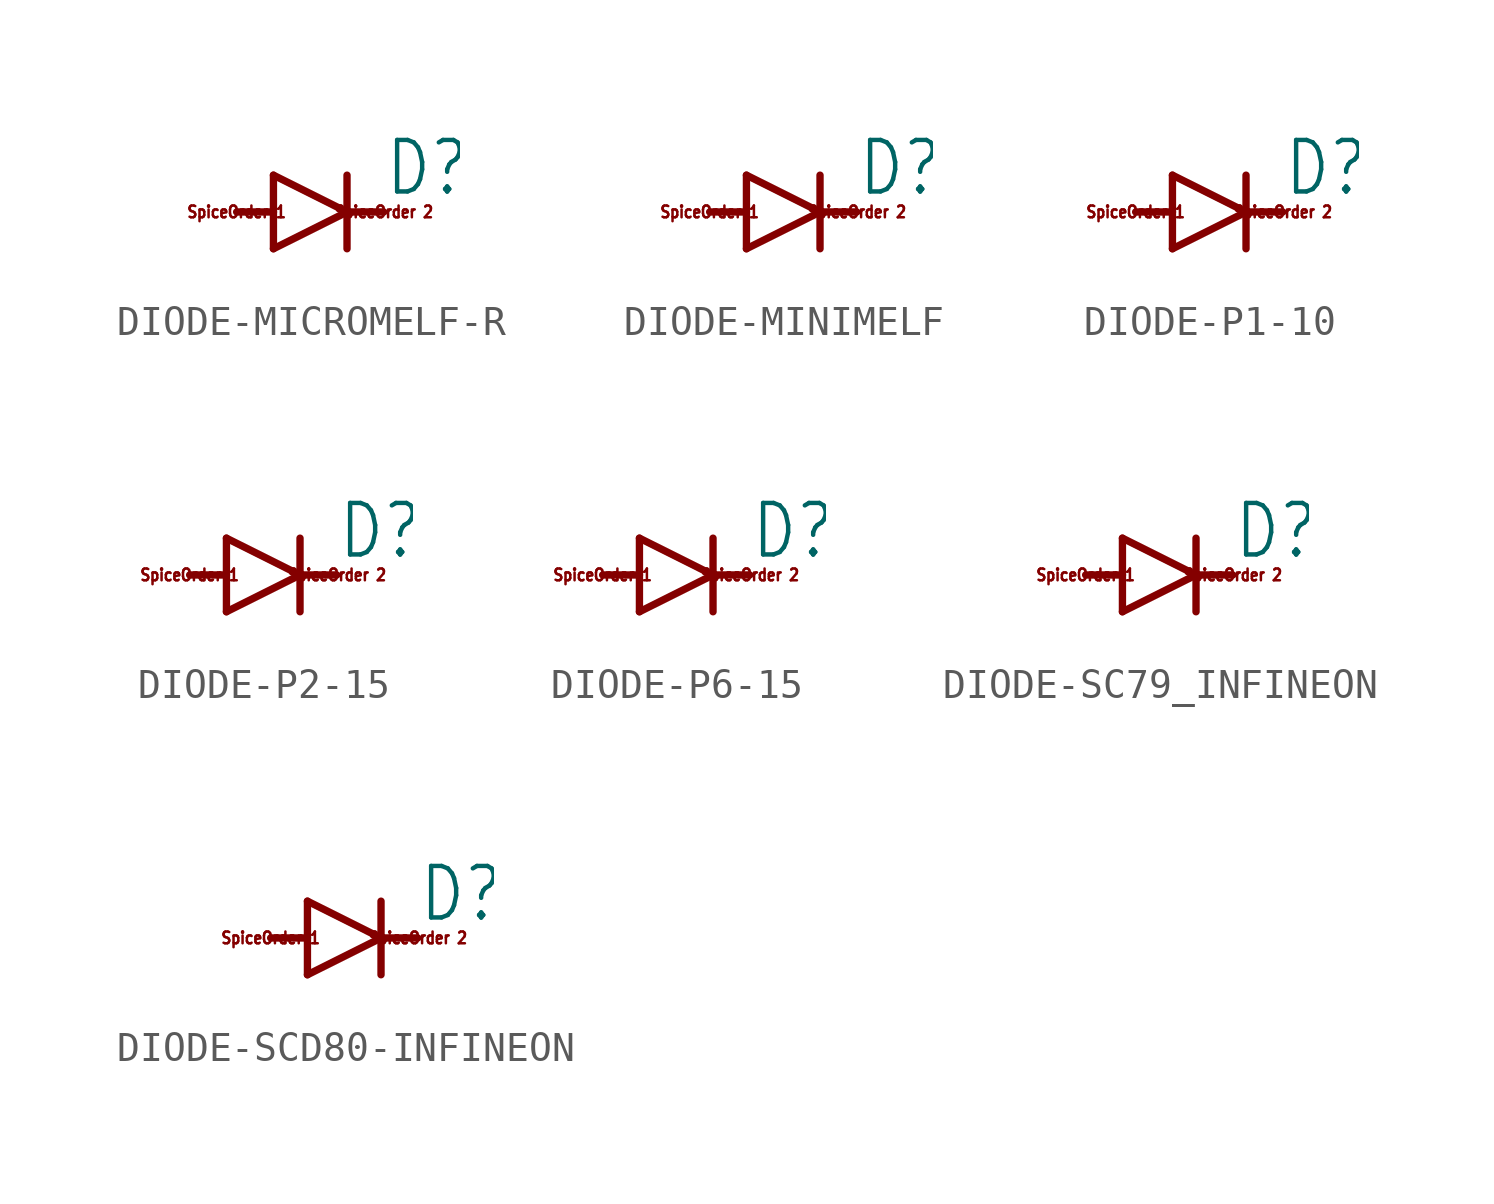
<source format=kicad_sym>
(kicad_symbol_lib
  (version 20220914)
  (generator kicad_symbol_editor)
  (symbol "DIODE-MICROMELF-R"
    (property "Reference" "D"
      (at 2.54 0.483 0)
      (effects (font (size 1.778 1.511)) (justify left bottom)))
    (property "Value" ""
      (at 2.54 -2.311 0)
      (effects (font (size 1.778 1.511)) (justify left bottom)))
    (property "ki_locked" ""
      (at 0 0 0)
      (effects (font (size 1.27 1.27))))
    (symbol "DIODE-MICROMELF-R_1_0"
      (polyline (pts (xy -1.27 -1.27) (xy 1.27 0)) (stroke (width 0.254) (type solid)) (fill (type none)))
      (polyline (pts (xy -1.27 0) (xy -2.54 0)) (stroke (width 0.254) (type solid)) (fill (type none)))
      (polyline (pts (xy -1.27 0) (xy -1.27 -1.27)) (stroke (width 0.254) (type solid)) (fill (type none)))
      (polyline (pts (xy -1.27 1.27) (xy -1.27 0)) (stroke (width 0.254) (type solid)) (fill (type none)))
      (polyline (pts (xy 1.27 0) (xy -1.27 1.27)) (stroke (width 0.254) (type solid)) (fill (type none)))
      (polyline (pts (xy 1.27 0) (xy 1.27 -1.27)) (stroke (width 0.254) (type solid)) (fill (type none)))
      (polyline (pts (xy 1.27 1.27) (xy 1.27 0)) (stroke (width 0.254) (type solid)) (fill (type none)))
      (polyline (pts (xy 2.54 0) (xy 1.27 0)) (stroke (width 0.254) (type solid)) (fill (type none)))
      (text "SpiceOrder 1" (at -2.54 0 0) (effects (font (size 0.406 0.345))))
      (text "SpiceOrder 2" (at 2.54 0 0) (effects (font (size 0.406 0.345))))
      (pin passive line (at -2.54 0 0) (length 0) (name "A" (effects (font (size 0 0)))) (number "A" (effects (font (size 0 0)))))
      (pin passive line (at 2.54 0 180) (length 0) (name "C" (effects (font (size 0 0)))) (number "C" (effects (font (size 0 0)))))))
  (symbol "DIODE-MINIMELF"
    (property "Reference" "D"
      (at 2.54 0.483 0)
      (effects (font (size 1.778 1.511)) (justify left bottom)))
    (property "Value" ""
      (at 2.54 -2.311 0)
      (effects (font (size 1.778 1.511)) (justify left bottom)))
    (property "ki_locked" ""
      (at 0 0 0)
      (effects (font (size 1.27 1.27))))
    (symbol "DIODE-MINIMELF_1_0"
      (polyline (pts (xy -1.27 -1.27) (xy 1.27 0)) (stroke (width 0.254) (type solid)) (fill (type none)))
      (polyline (pts (xy -1.27 0) (xy -2.54 0)) (stroke (width 0.254) (type solid)) (fill (type none)))
      (polyline (pts (xy -1.27 0) (xy -1.27 -1.27)) (stroke (width 0.254) (type solid)) (fill (type none)))
      (polyline (pts (xy -1.27 1.27) (xy -1.27 0)) (stroke (width 0.254) (type solid)) (fill (type none)))
      (polyline (pts (xy 1.27 0) (xy -1.27 1.27)) (stroke (width 0.254) (type solid)) (fill (type none)))
      (polyline (pts (xy 1.27 0) (xy 1.27 -1.27)) (stroke (width 0.254) (type solid)) (fill (type none)))
      (polyline (pts (xy 1.27 1.27) (xy 1.27 0)) (stroke (width 0.254) (type solid)) (fill (type none)))
      (polyline (pts (xy 2.54 0) (xy 1.27 0)) (stroke (width 0.254) (type solid)) (fill (type none)))
      (text "SpiceOrder 1" (at -2.54 0 0) (effects (font (size 0.406 0.345))))
      (text "SpiceOrder 2" (at 2.54 0 0) (effects (font (size 0.406 0.345))))
      (pin passive line (at -2.54 0 0) (length 0) (name "A" (effects (font (size 0 0)))) (number "A" (effects (font (size 0 0)))))
      (pin passive line (at 2.54 0 180) (length 0) (name "C" (effects (font (size 0 0)))) (number "C" (effects (font (size 0 0)))))))
  (symbol "DIODE-P1-10"
    (property "Reference" "D"
      (at 2.54 0.483 0)
      (effects (font (size 1.778 1.511)) (justify left bottom)))
    (property "Value" ""
      (at 2.54 -2.311 0)
      (effects (font (size 1.778 1.511)) (justify left bottom)))
    (property "ki_locked" ""
      (at 0 0 0)
      (effects (font (size 1.27 1.27))))
    (symbol "DIODE-P1-10_1_0"
      (polyline (pts (xy -1.27 -1.27) (xy 1.27 0)) (stroke (width 0.254) (type solid)) (fill (type none)))
      (polyline (pts (xy -1.27 0) (xy -2.54 0)) (stroke (width 0.254) (type solid)) (fill (type none)))
      (polyline (pts (xy -1.27 0) (xy -1.27 -1.27)) (stroke (width 0.254) (type solid)) (fill (type none)))
      (polyline (pts (xy -1.27 1.27) (xy -1.27 0)) (stroke (width 0.254) (type solid)) (fill (type none)))
      (polyline (pts (xy 1.27 0) (xy -1.27 1.27)) (stroke (width 0.254) (type solid)) (fill (type none)))
      (polyline (pts (xy 1.27 0) (xy 1.27 -1.27)) (stroke (width 0.254) (type solid)) (fill (type none)))
      (polyline (pts (xy 1.27 1.27) (xy 1.27 0)) (stroke (width 0.254) (type solid)) (fill (type none)))
      (polyline (pts (xy 2.54 0) (xy 1.27 0)) (stroke (width 0.254) (type solid)) (fill (type none)))
      (text "SpiceOrder 1" (at -2.54 0 0) (effects (font (size 0.406 0.345))))
      (text "SpiceOrder 2" (at 2.54 0 0) (effects (font (size 0.406 0.345))))
      (pin passive line (at -2.54 0 0) (length 0) (name "A" (effects (font (size 0 0)))) (number "A" (effects (font (size 0 0)))))
      (pin passive line (at 2.54 0 180) (length 0) (name "C" (effects (font (size 0 0)))) (number "C" (effects (font (size 0 0)))))))
  (symbol "DIODE-P2-15"
    (property "Reference" "D"
      (at 2.54 0.483 0)
      (effects (font (size 1.778 1.511)) (justify left bottom)))
    (property "Value" ""
      (at 2.54 -2.311 0)
      (effects (font (size 1.778 1.511)) (justify left bottom)))
    (property "ki_locked" ""
      (at 0 0 0)
      (effects (font (size 1.27 1.27))))
    (symbol "DIODE-P2-15_1_0"
      (polyline (pts (xy -1.27 -1.27) (xy 1.27 0)) (stroke (width 0.254) (type solid)) (fill (type none)))
      (polyline (pts (xy -1.27 0) (xy -2.54 0)) (stroke (width 0.254) (type solid)) (fill (type none)))
      (polyline (pts (xy -1.27 0) (xy -1.27 -1.27)) (stroke (width 0.254) (type solid)) (fill (type none)))
      (polyline (pts (xy -1.27 1.27) (xy -1.27 0)) (stroke (width 0.254) (type solid)) (fill (type none)))
      (polyline (pts (xy 1.27 0) (xy -1.27 1.27)) (stroke (width 0.254) (type solid)) (fill (type none)))
      (polyline (pts (xy 1.27 0) (xy 1.27 -1.27)) (stroke (width 0.254) (type solid)) (fill (type none)))
      (polyline (pts (xy 1.27 1.27) (xy 1.27 0)) (stroke (width 0.254) (type solid)) (fill (type none)))
      (polyline (pts (xy 2.54 0) (xy 1.27 0)) (stroke (width 0.254) (type solid)) (fill (type none)))
      (text "SpiceOrder 1" (at -2.54 0 0) (effects (font (size 0.406 0.345))))
      (text "SpiceOrder 2" (at 2.54 0 0) (effects (font (size 0.406 0.345))))
      (pin passive line (at -2.54 0 0) (length 0) (name "A" (effects (font (size 0 0)))) (number "A" (effects (font (size 0 0)))))
      (pin passive line (at 2.54 0 180) (length 0) (name "C" (effects (font (size 0 0)))) (number "C" (effects (font (size 0 0)))))))
  (symbol "DIODE-P6-15"
    (property "Reference" "D"
      (at 2.54 0.483 0)
      (effects (font (size 1.778 1.511)) (justify left bottom)))
    (property "Value" ""
      (at 2.54 -2.311 0)
      (effects (font (size 1.778 1.511)) (justify left bottom)))
    (property "ki_locked" ""
      (at 0 0 0)
      (effects (font (size 1.27 1.27))))
    (symbol "DIODE-P6-15_1_0"
      (polyline (pts (xy -1.27 -1.27) (xy 1.27 0)) (stroke (width 0.254) (type solid)) (fill (type none)))
      (polyline (pts (xy -1.27 0) (xy -2.54 0)) (stroke (width 0.254) (type solid)) (fill (type none)))
      (polyline (pts (xy -1.27 0) (xy -1.27 -1.27)) (stroke (width 0.254) (type solid)) (fill (type none)))
      (polyline (pts (xy -1.27 1.27) (xy -1.27 0)) (stroke (width 0.254) (type solid)) (fill (type none)))
      (polyline (pts (xy 1.27 0) (xy -1.27 1.27)) (stroke (width 0.254) (type solid)) (fill (type none)))
      (polyline (pts (xy 1.27 0) (xy 1.27 -1.27)) (stroke (width 0.254) (type solid)) (fill (type none)))
      (polyline (pts (xy 1.27 1.27) (xy 1.27 0)) (stroke (width 0.254) (type solid)) (fill (type none)))
      (polyline (pts (xy 2.54 0) (xy 1.27 0)) (stroke (width 0.254) (type solid)) (fill (type none)))
      (text "SpiceOrder 1" (at -2.54 0 0) (effects (font (size 0.406 0.345))))
      (text "SpiceOrder 2" (at 2.54 0 0) (effects (font (size 0.406 0.345))))
      (pin passive line (at -2.54 0 0) (length 0) (name "A" (effects (font (size 0 0)))) (number "A" (effects (font (size 0 0)))))
      (pin passive line (at 2.54 0 180) (length 0) (name "C" (effects (font (size 0 0)))) (number "C" (effects (font (size 0 0)))))))
  (symbol "DIODE-SC79_INFINEON"
    (property "Reference" "D"
      (at 2.54 0.483 0)
      (effects (font (size 1.778 1.511)) (justify left bottom)))
    (property "Value" ""
      (at 2.54 -2.311 0)
      (effects (font (size 1.778 1.511)) (justify left bottom)))
    (property "ki_locked" ""
      (at 0 0 0)
      (effects (font (size 1.27 1.27))))
    (symbol "DIODE-SC79_INFINEON_1_0"
      (polyline (pts (xy -1.27 -1.27) (xy 1.27 0)) (stroke (width 0.254) (type solid)) (fill (type none)))
      (polyline (pts (xy -1.27 0) (xy -2.54 0)) (stroke (width 0.254) (type solid)) (fill (type none)))
      (polyline (pts (xy -1.27 0) (xy -1.27 -1.27)) (stroke (width 0.254) (type solid)) (fill (type none)))
      (polyline (pts (xy -1.27 1.27) (xy -1.27 0)) (stroke (width 0.254) (type solid)) (fill (type none)))
      (polyline (pts (xy 1.27 0) (xy -1.27 1.27)) (stroke (width 0.254) (type solid)) (fill (type none)))
      (polyline (pts (xy 1.27 0) (xy 1.27 -1.27)) (stroke (width 0.254) (type solid)) (fill (type none)))
      (polyline (pts (xy 1.27 1.27) (xy 1.27 0)) (stroke (width 0.254) (type solid)) (fill (type none)))
      (polyline (pts (xy 2.54 0) (xy 1.27 0)) (stroke (width 0.254) (type solid)) (fill (type none)))
      (text "SpiceOrder 1" (at -2.54 0 0) (effects (font (size 0.406 0.345))))
      (text "SpiceOrder 2" (at 2.54 0 0) (effects (font (size 0.406 0.345))))
      (pin passive line (at -2.54 0 0) (length 0) (name "A" (effects (font (size 0 0)))) (number "A" (effects (font (size 0 0)))))
      (pin passive line (at 2.54 0 180) (length 0) (name "C" (effects (font (size 0 0)))) (number "C" (effects (font (size 0 0)))))))
  (symbol "DIODE-SCD80-INFINEON"
    (property "Reference" "D"
      (at 2.54 0.483 0)
      (effects (font (size 1.778 1.511)) (justify left bottom)))
    (property "Value" ""
      (at 2.54 -2.311 0)
      (effects (font (size 1.778 1.511)) (justify left bottom)))
    (property "ki_locked" ""
      (at 0 0 0)
      (effects (font (size 1.27 1.27))))
    (symbol "DIODE-SCD80-INFINEON_1_0"
      (polyline (pts (xy -1.27 -1.27) (xy 1.27 0)) (stroke (width 0.254) (type solid)) (fill (type none)))
      (polyline (pts (xy -1.27 0) (xy -2.54 0)) (stroke (width 0.254) (type solid)) (fill (type none)))
      (polyline (pts (xy -1.27 0) (xy -1.27 -1.27)) (stroke (width 0.254) (type solid)) (fill (type none)))
      (polyline (pts (xy -1.27 1.27) (xy -1.27 0)) (stroke (width 0.254) (type solid)) (fill (type none)))
      (polyline (pts (xy 1.27 0) (xy -1.27 1.27)) (stroke (width 0.254) (type solid)) (fill (type none)))
      (polyline (pts (xy 1.27 0) (xy 1.27 -1.27)) (stroke (width 0.254) (type solid)) (fill (type none)))
      (polyline (pts (xy 1.27 1.27) (xy 1.27 0)) (stroke (width 0.254) (type solid)) (fill (type none)))
      (polyline (pts (xy 2.54 0) (xy 1.27 0)) (stroke (width 0.254) (type solid)) (fill (type none)))
      (text "SpiceOrder 1" (at -2.54 0 0) (effects (font (size 0.406 0.345))))
      (text "SpiceOrder 2" (at 2.54 0 0) (effects (font (size 0.406 0.345))))
      (pin passive line (at -2.54 0 0) (length 0) (name "A" (effects (font (size 0 0)))) (number "A" (effects (font (size 0 0)))))
      (pin passive line (at 2.54 0 180) (length 0) (name "C" (effects (font (size 0 0)))) (number "C" (effects (font (size 0 0))))))))
</source>
